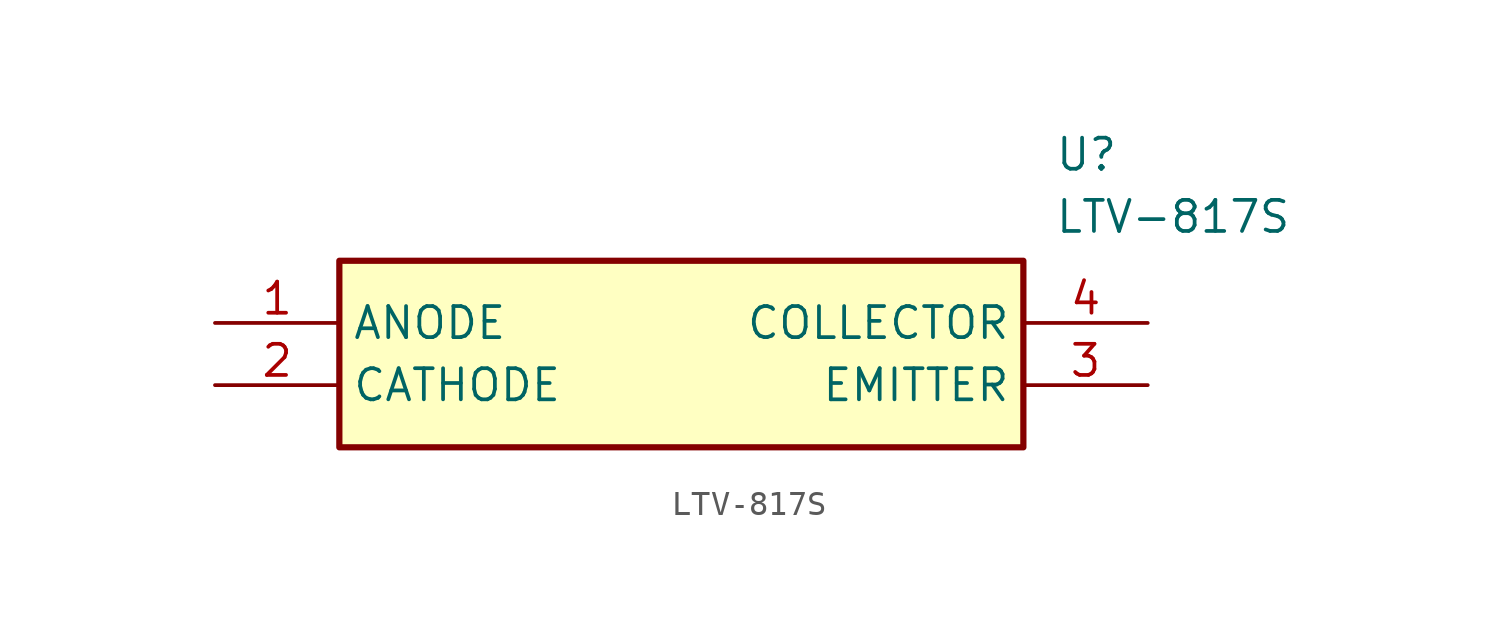
<source format=kicad_sym>
(kicad_symbol_lib
  (version 20211014)
  (generator SamacSys_ECAD_Model)
  (symbol "LTV-817S"
    (property "Reference" "U"
      (at 34.29 7.62 0)
      (effects (font (size 1.27 1.27)) (justify left top)))
    (property "Value" "LTV-817S"
      (at 34.29 5.08 0)
      (effects (font (size 1.27 1.27)) (justify left top)))
    (rectangle
      (start 5.08 2.54)
      (end 33.02 -5.08)
      (stroke (width 0.254) (type default))
      (fill (type background)))
    (pin passive line
      (at 0 0 0)
      (length 5.08)
      (name "ANODE" (effects (font (size 1.27 1.27))))
      (number "1" (effects (font (size 1.27 1.27)))))
    (pin passive line
      (at 0 -2.54 0)
      (length 5.08)
      (name "CATHODE" (effects (font (size 1.27 1.27))))
      (number "2" (effects (font (size 1.27 1.27)))))
    (pin passive line
      (at 38.1 0 180)
      (length 5.08)
      (name "COLLECTOR" (effects (font (size 1.27 1.27))))
      (number "4" (effects (font (size 1.27 1.27)))))
    (pin passive line
      (at 38.1 -2.54 180)
      (length 5.08)
      (name "EMITTER" (effects (font (size 1.27 1.27))))
      (number "3" (effects (font (size 1.27 1.27)))))))
</source>
